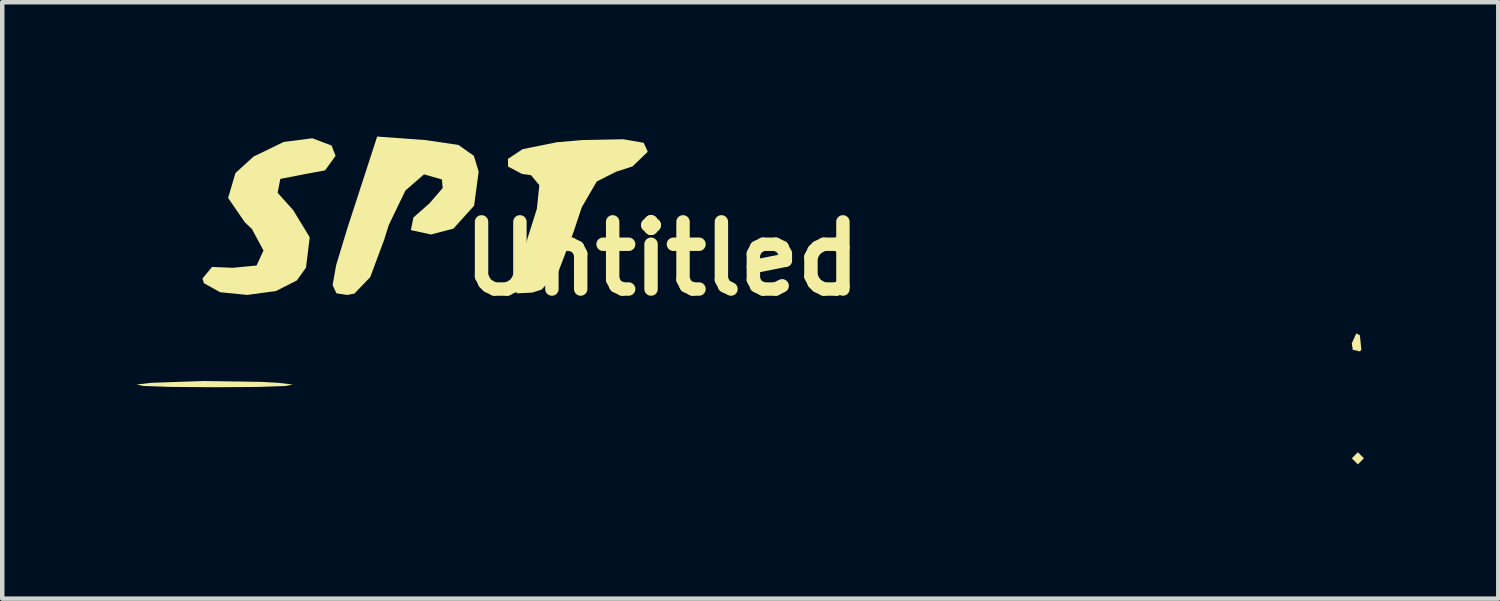
<source format=kicad_pcb>
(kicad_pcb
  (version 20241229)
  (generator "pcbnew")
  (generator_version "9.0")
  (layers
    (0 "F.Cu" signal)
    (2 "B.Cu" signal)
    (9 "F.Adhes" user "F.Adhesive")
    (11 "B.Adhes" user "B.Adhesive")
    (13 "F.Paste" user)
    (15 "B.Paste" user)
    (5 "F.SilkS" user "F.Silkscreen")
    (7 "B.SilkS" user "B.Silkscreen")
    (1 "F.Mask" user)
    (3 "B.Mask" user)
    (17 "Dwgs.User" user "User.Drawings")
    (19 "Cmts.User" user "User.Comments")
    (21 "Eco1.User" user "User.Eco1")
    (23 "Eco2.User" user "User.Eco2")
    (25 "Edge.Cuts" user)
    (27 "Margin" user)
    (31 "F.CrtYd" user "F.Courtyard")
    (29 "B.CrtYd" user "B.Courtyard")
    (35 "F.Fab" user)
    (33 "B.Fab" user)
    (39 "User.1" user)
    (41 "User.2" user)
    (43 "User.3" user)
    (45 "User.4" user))
  (footprint "Untitled"
    (layer "F.Cu")
    (at 11.741 2.727)
    (property "Reference" "Untitled" (at 0 0 0) (layer "F.SilkS") (effects (font (size 1.5 1.5) (thickness 0.3))))
    (attr board_only exclude_from_pos_files exclude_from_bom)
    (fp_poly (pts (xy 15.672 4.459) (xy 15.537 4.594) (xy 15.402 4.459) (xy 15.537 4.323)) (stroke (width 0) (type solid)) (fill yes) (layer "F.SilkS"))
    (fp_poly (pts (xy 15.582 1.711) (xy 15.615 2.032) (xy 15.582 2.072) (xy 15.422 2.035) (xy 15.402 1.891) (xy 15.501 1.669)) (stroke (width 0) (type solid)) (fill yes) (layer "F.SilkS"))
    (fp_poly (pts (xy -8.962 2.752) (xy -8.579 2.773) (xy -8.252 2.812) (xy -8.417 2.844) (xy -9.027 2.865) (xy -9.998 2.872) (xy -10.994 2.864) (xy -11.591 2.843) (xy -11.741 2.811) (xy -11.416 2.773) (xy -10.23 2.733)) (stroke (width 0) (type solid)) (fill yes) (layer "F.SilkS"))
    (fp_poly (pts (xy -5.277 -2.647) (xy -4.551 -2.539) (xy -4.207 -2.296) (xy -4.1 -1.944) (xy -4.202 -1.183) (xy -4.665 -0.67) (xy -5.167 -0.54) (xy -5.614 -0.637) (xy -5.558 -0.919) (xy -5.202 -1.232) (xy -4.904 -1.577) (xy -4.92 -1.768) (xy -5.32 -1.883) (xy -5.736 -1.522) (xy -6.11 -0.746) (xy -6.208 -0.43) (xy -6.521 0.411) (xy -6.875 0.78) (xy -7.036 0.811) (xy -7.277 0.774) (xy -7.362 0.591) (xy -7.284 0.149) (xy -7.038 -0.663) (xy -6.942 -0.958) (xy -6.367 -2.727)) (stroke (width 0) (type solid)) (fill yes) (layer "F.SilkS"))
    (fp_poly (pts (xy -0.415 -2.588) (xy -0.326 -2.398) (xy -0.332 -2.379) (xy -0.664 -2.06) (xy -1.032 -1.941) (xy -1.463 -1.723) (xy -1.798 -1.145) (xy -1.983 -0.59) (xy -2.313 0.274) (xy -2.695 0.691) (xy -2.905 0.758) (xy -3.245 0.775) (xy -3.331 0.595) (xy -3.189 0.086) (xy -3.093 -0.187) (xy -2.8 -1.112) (xy -2.745 -1.641) (xy -2.931 -1.865) (xy -3.13 -1.891) (xy -3.443 -2.056) (xy -3.446 -2.229) (xy -3.116 -2.446) (xy -2.355 -2.6) (xy -1.775 -2.649) (xy -0.87 -2.667)) (stroke (width 0) (type solid)) (fill yes) (layer "F.SilkS"))
    (fp_poly (pts (xy -7.386 -2.527) (xy -7.296 -2.297) (xy -7.531 -1.971) (xy -7.971 -1.891) (xy -8.53 -1.781) (xy -8.59 -1.472) (xy -8.241 -1.081) (xy -7.873 -0.477) (xy -7.957 0.202) (xy -8.16 0.486) (xy -8.629 0.724) (xy -9.27 0.81) (xy -9.875 0.75) (xy -10.237 0.548) (xy -10.268 0.443) (xy -10.055 0.185) (xy -9.593 0.204) (xy -9.061 0.153) (xy -8.906 -0.182) (xy -9.165 -0.663) (xy -9.322 -0.811) (xy -9.696 -1.356) (xy -9.532 -1.913) (xy -9.127 -2.281) (xy -8.453 -2.607) (xy -7.816 -2.689)) (stroke (width 0) (type solid)) (fill yes) (layer "F.SilkS")))
  (gr_rect
    (start -3 -3)
    (end 30.414 10.321)
    (stroke (width 0.1) (type default))
    (fill no)
    (layer "Edge.Cuts")))
</source>
